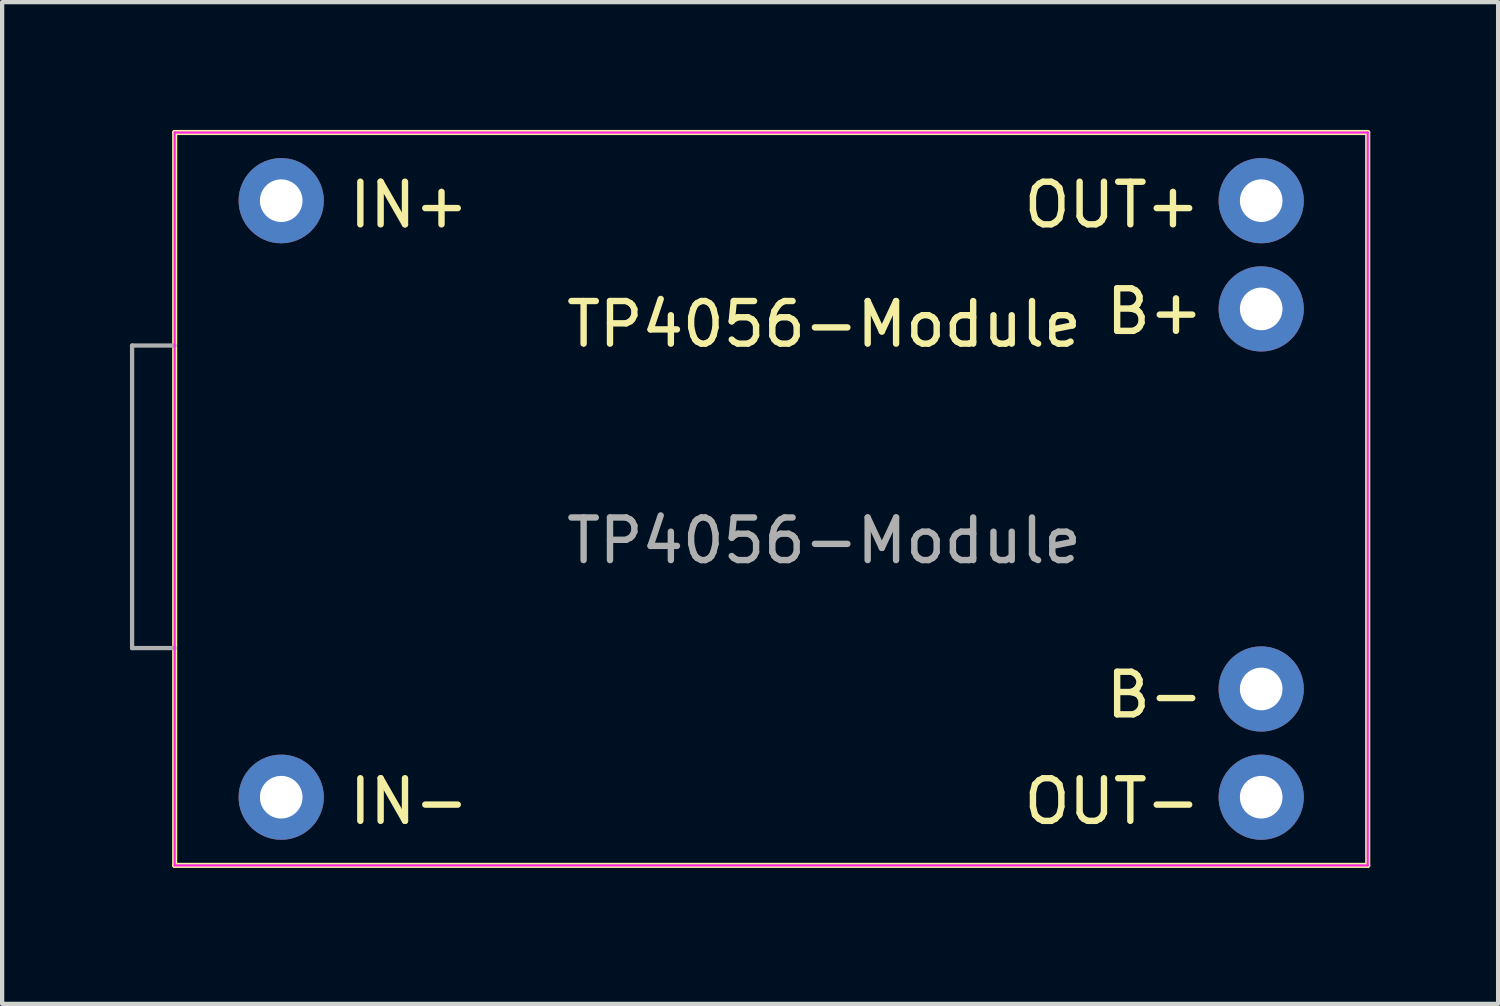
<source format=kicad_pcb>
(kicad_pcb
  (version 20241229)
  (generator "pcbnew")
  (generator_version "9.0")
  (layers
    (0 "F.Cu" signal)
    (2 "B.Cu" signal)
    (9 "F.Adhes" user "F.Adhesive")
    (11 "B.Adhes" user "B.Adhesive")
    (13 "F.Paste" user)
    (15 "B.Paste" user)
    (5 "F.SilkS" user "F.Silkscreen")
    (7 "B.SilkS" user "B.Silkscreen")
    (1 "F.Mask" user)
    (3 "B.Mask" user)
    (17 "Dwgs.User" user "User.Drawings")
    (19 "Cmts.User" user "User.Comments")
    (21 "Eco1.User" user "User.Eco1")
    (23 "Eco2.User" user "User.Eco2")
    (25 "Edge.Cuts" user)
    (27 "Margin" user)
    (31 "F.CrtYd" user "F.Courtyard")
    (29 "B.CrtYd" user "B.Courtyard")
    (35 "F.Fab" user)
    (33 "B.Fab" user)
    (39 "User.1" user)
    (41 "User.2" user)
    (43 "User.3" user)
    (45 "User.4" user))
  (footprint "TP4056-Module"
    (layer "F.Cu")
    (at 1.05 17.26)
    (property "Reference" "TP4056-Module" (at 15.24 -12.7 0) (unlocked yes) (layer "F.SilkS") (effects (font (size 1 1) (thickness 0.15))))
    (attr smd)
    (fp_line (start 0 -17.2) (end 0 0) (stroke (width 0.12) (type solid)) (layer "F.SilkS"))
    (fp_line (start 0 -17.2) (end 28 -17.2) (stroke (width 0.12) (type solid)) (layer "F.SilkS"))
    (fp_line (start 0 0) (end 28 0) (stroke (width 0.12) (type solid)) (layer "F.SilkS"))
    (fp_line (start 28 -17.2) (end 28 0) (stroke (width 0.12) (type solid)) (layer "F.SilkS"))
    (fp_line (start 0 -17.2) (end 28 -17.2) (stroke (width 0.05) (type solid)) (layer "F.CrtYd"))
    (fp_line (start 0 0) (end 0 -17.2) (stroke (width 0.05) (type solid)) (layer "F.CrtYd"))
    (fp_line (start 28 -17.2) (end 28 0) (stroke (width 0.05) (type solid)) (layer "F.CrtYd"))
    (fp_line (start 28 0) (end 0 0) (stroke (width 0.05) (type solid)) (layer "F.CrtYd"))
    (fp_line (start -1 -12.2) (end -1 -5.1) (stroke (width 0.1) (type solid)) (layer "F.Fab"))
    (fp_line (start -1 -5.1) (end 0 -5.1) (stroke (width 0.1) (type solid)) (layer "F.Fab"))
    (fp_line (start 0 -12.2) (end -1 -12.2) (stroke (width 0.1) (type solid)) (layer "F.Fab"))
    (fp_text user "OUT-" (at 22 -1.5 0) (unlocked yes) (layer "F.SilkS") (effects (font (size 1 1) (thickness 0.15))))
    (fp_text user "IN-" (at 5.5 -1.5 0) (unlocked yes) (layer "F.SilkS") (effects (font (size 1 1) (thickness 0.15))))
    (fp_text user "IN+" (at 5.5 -15.5 0) (unlocked yes) (layer "F.SilkS") (effects (font (size 1 1) (thickness 0.15))))
    (fp_text user "B+" (at 23 -13 0) (unlocked yes) (layer "F.SilkS") (effects (font (size 1 1) (thickness 0.15))))
    (fp_text user "B-" (at 23 -4 0) (unlocked yes) (layer "F.SilkS") (effects (font (size 1 1) (thickness 0.15))))
    (fp_text user "OUT+" (at 22 -15.5 0) (unlocked yes) (layer "F.SilkS") (effects (font (size 1 1) (thickness 0.15))))
    (fp_text user "${REFERENCE}" (at 15.24 -7.62 0) (unlocked yes) (layer "F.Fab") (effects (font (size 1 1) (thickness 0.15))))
    (pad "1" thru_hole circle (at 2.5 -15.6) (size 2 2) (drill 1) (layers "*.Cu" "*.Mask"))
    (pad "2" thru_hole circle (at 2.5 -1.6) (size 2 2) (drill 1) (layers "*.Cu" "*.Mask"))
    (pad "3" thru_hole circle (at 25.5 -15.6) (size 2 2) (drill 1) (layers "*.Cu" "*.Mask"))
    (pad "4" thru_hole circle (at 25.5 -1.6) (size 2 2) (drill 1) (layers "*.Cu" "*.Mask"))
    (pad "5" thru_hole circle (at 25.5 -13.06) (size 2 2) (drill 1) (layers "*.Cu" "*.Mask"))
    (pad "6" thru_hole circle (at 25.5 -4.14) (size 2 2) (drill 1) (layers "*.Cu" "*.Mask")))
  (gr_rect
    (start -3 -3)
    (end 32.11 20.51)
    (stroke (width 0.1) (type default))
    (fill no)
    (layer "Edge.Cuts")))
</source>
